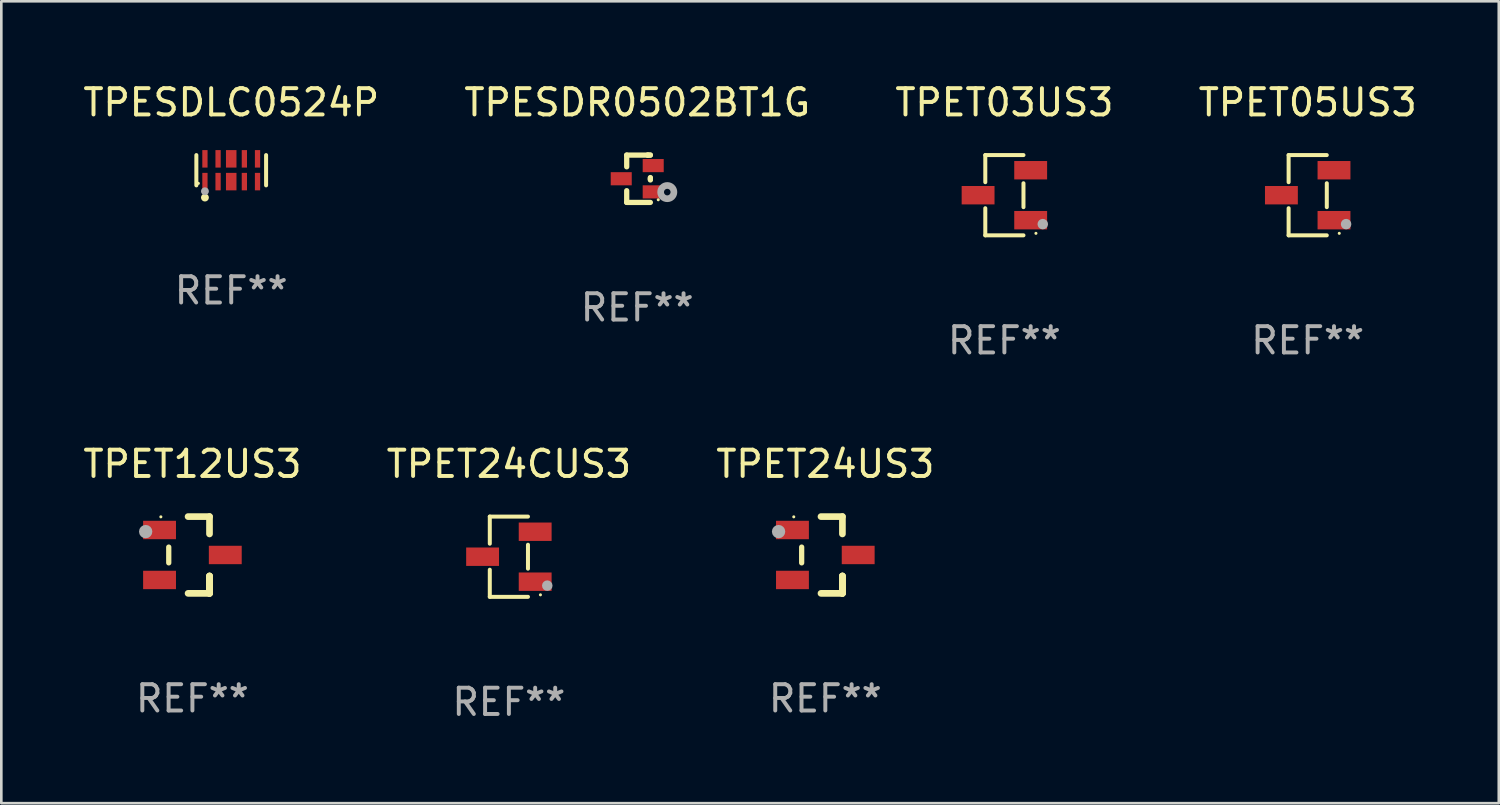
<source format=kicad_pcb>
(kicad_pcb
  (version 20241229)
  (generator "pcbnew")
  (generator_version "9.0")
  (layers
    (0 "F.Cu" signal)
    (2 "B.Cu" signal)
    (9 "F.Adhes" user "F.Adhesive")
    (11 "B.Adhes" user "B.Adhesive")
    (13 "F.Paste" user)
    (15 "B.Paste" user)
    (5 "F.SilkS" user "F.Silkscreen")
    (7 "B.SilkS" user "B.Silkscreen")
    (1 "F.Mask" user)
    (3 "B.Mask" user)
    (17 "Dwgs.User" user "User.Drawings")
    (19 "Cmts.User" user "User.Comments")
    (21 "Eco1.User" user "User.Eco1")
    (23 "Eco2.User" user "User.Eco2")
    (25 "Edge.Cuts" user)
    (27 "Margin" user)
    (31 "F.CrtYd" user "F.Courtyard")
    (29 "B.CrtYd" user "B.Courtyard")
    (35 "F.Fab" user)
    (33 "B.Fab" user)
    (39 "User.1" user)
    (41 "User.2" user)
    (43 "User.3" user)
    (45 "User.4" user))
  (footprint "TPET03US3"
    (layer "F.Cu")
    (at 35.149 4.374)
    (property "Reference" "TPET03US3" (at 0 -3.526 0) (layer "F.SilkS") (effects (font (size 1 1) (thickness 0.15))))
    (attr through_hole)
    (fp_line (start -0.726 -1.526) (end -0.726 -0.495) (stroke (width 0.152) (type solid)) (layer "F.SilkS"))
    (fp_line (start -0.726 1.526) (end -0.726 0.495) (stroke (width 0.152) (type solid)) (layer "F.SilkS"))
    (fp_line (start 0.726 -1.526) (end -0.726 -1.526) (stroke (width 0.152) (type solid)) (layer "F.SilkS"))
    (fp_line (start 0.726 -0.455) (end 0.726 0.455) (stroke (width 0.152) (type solid)) (layer "F.SilkS"))
    (fp_line (start 0.726 1.526) (end -0.726 1.526) (stroke (width 0.152) (type solid)) (layer "F.SilkS"))
    (fp_circle (center 1.2 1.45) (end 1.23 1.45) (stroke (width 0.06) (type solid)) (fill no) (layer "F.SilkS"))
    (fp_circle (center 1.46 1.1) (end 1.56 1.1) (stroke (width 0.2) (type solid)) (fill no) (layer "F.Fab"))
    (fp_text user "REF**" (at 0 5.526 0) (layer "F.Fab") (effects (font (size 1 1) (thickness 0.15))))
    (pad "1" smd rect (at 1 0.95) (size 1.25 0.7) (layers "F.Cu" "F.Mask" "F.Paste"))
    (pad "2" smd rect (at 1 -0.95) (size 1.25 0.7) (layers "F.Cu" "F.Mask" "F.Paste"))
    (pad "3" smd rect (at -1 0) (size 1.25 0.7) (layers "F.Cu" "F.Mask" "F.Paste")))
  (footprint "TPET12US3"
    (layer "F.Cu")
    (at 4.268 18.057)
    (property "Reference" "TPET12US3" (at 0 -3.46 0) (layer "F.SilkS") (effects (font (size 1 1) (thickness 0.15))))
    (attr through_hole)
    (fp_line (start -0.9 -0.3) (end -0.9 0.3) (stroke (width 0.2) (type solid)) (layer "F.SilkS"))
    (fp_line (start -0.165 -1.46) (end 0.65 -1.46) (stroke (width 0.254) (type solid)) (layer "F.SilkS"))
    (fp_line (start 0.65 -1.46) (end 0.65 -0.8) (stroke (width 0.254) (type solid)) (layer "F.SilkS"))
    (fp_line (start 0.65 0.8) (end 0.65 1.46) (stroke (width 0.254) (type solid)) (layer "F.SilkS"))
    (fp_line (start 0.65 0.8) (end 0.65 1.46) (stroke (width 0.254) (type solid)) (layer "F.SilkS"))
    (fp_line (start 0.65 1.46) (end -0.165 1.46) (stroke (width 0.254) (type solid)) (layer "F.SilkS"))
    (fp_line (start 0.65 1.46) (end 0.65 0.8) (stroke (width 0.254) (type solid)) (layer "F.SilkS"))
    (fp_circle (center -1.2 -1.45) (end -1.17 -1.45) (stroke (width 0.06) (type solid)) (fill no) (layer "F.SilkS"))
    (fp_circle (center -1.778 -0.889) (end -1.651 -0.889) (stroke (width 0.254) (type solid)) (fill no) (layer "F.Fab"))
    (fp_text user "REF**" (at 0 5.46 0) (layer "F.Fab") (effects (font (size 1 1) (thickness 0.15))))
    (pad "1" smd rect (at -1.25 -0.95 90) (size 0.7 1.25) (layers "F.Cu" "F.Mask" "F.Paste"))
    (pad "2" smd rect (at -1.25 0.95 90) (size 0.7 1.25) (layers "F.Cu" "F.Mask" "F.Paste"))
    (pad "3" smd rect (at 1.25 -0.000051 90) (size 0.7 1.25) (layers "F.Cu" "F.Mask" "F.Paste")))
  (footprint "TPET24CUS3"
    (layer "F.Cu")
    (at 16.304 18.123)
    (property "Reference" "TPET24CUS3" (at 0 -3.526 0) (layer "F.SilkS") (effects (font (size 1 1) (thickness 0.15))))
    (attr through_hole)
    (fp_line (start -0.726 -1.526) (end -0.726 -0.495) (stroke (width 0.152) (type solid)) (layer "F.SilkS"))
    (fp_line (start -0.726 1.526) (end -0.726 0.495) (stroke (width 0.152) (type solid)) (layer "F.SilkS"))
    (fp_line (start 0.726 -1.526) (end -0.726 -1.526) (stroke (width 0.152) (type solid)) (layer "F.SilkS"))
    (fp_line (start 0.726 -0.455) (end 0.726 0.455) (stroke (width 0.152) (type solid)) (layer "F.SilkS"))
    (fp_line (start 0.726 1.526) (end -0.726 1.526) (stroke (width 0.152) (type solid)) (layer "F.SilkS"))
    (fp_circle (center 1.2 1.45) (end 1.23 1.45) (stroke (width 0.06) (type solid)) (fill no) (layer "F.SilkS"))
    (fp_circle (center 1.46 1.1) (end 1.56 1.1) (stroke (width 0.2) (type solid)) (fill no) (layer "F.Fab"))
    (fp_text user "REF**" (at 0 5.526 0) (layer "F.Fab") (effects (font (size 1 1) (thickness 0.15))))
    (pad "1" smd rect (at 1 0.95) (size 1.25 0.7) (layers "F.Cu" "F.Mask" "F.Paste"))
    (pad "2" smd rect (at 1 -0.95) (size 1.25 0.7) (layers "F.Cu" "F.Mask" "F.Paste"))
    (pad "3" smd rect (at -1 0) (size 1.25 0.7) (layers "F.Cu" "F.Mask" "F.Paste")))
  (footprint "TPET05US3"
    (layer "F.Cu")
    (at 46.685 4.374)
    (property "Reference" "TPET05US3" (at 0 -3.526 0) (layer "F.SilkS") (effects (font (size 1 1) (thickness 0.15))))
    (attr through_hole)
    (fp_line (start -0.726 -1.526) (end -0.726 -0.495) (stroke (width 0.152) (type solid)) (layer "F.SilkS"))
    (fp_line (start -0.726 1.526) (end -0.726 0.495) (stroke (width 0.152) (type solid)) (layer "F.SilkS"))
    (fp_line (start 0.726 -1.526) (end -0.726 -1.526) (stroke (width 0.152) (type solid)) (layer "F.SilkS"))
    (fp_line (start 0.726 -0.455) (end 0.726 0.455) (stroke (width 0.152) (type solid)) (layer "F.SilkS"))
    (fp_line (start 0.726 1.526) (end -0.726 1.526) (stroke (width 0.152) (type solid)) (layer "F.SilkS"))
    (fp_circle (center 1.2 1.45) (end 1.23 1.45) (stroke (width 0.06) (type solid)) (fill no) (layer "F.SilkS"))
    (fp_circle (center 1.46 1.1) (end 1.56 1.1) (stroke (width 0.2) (type solid)) (fill no) (layer "F.Fab"))
    (fp_text user "REF**" (at 0 5.526 0) (layer "F.Fab") (effects (font (size 1 1) (thickness 0.15))))
    (pad "1" smd rect (at 1 0.95) (size 1.25 0.7) (layers "F.Cu" "F.Mask" "F.Paste"))
    (pad "2" smd rect (at 1 -0.95) (size 1.25 0.7) (layers "F.Cu" "F.Mask" "F.Paste"))
    (pad "3" smd rect (at -1 0) (size 1.25 0.7) (layers "F.Cu" "F.Mask" "F.Paste")))
  (footprint "TPESDR0502BT1G"
    (layer "F.Cu")
    (at 21.185 3.748)
    (property "Reference" "TPESDR0502BT1G" (at 0 -2.9 0) (layer "F.SilkS") (effects (font (size 1 1) (thickness 0.15))))
    (attr through_hole)
    (fp_line (start -0.4 -0.9) (end 0.4 -0.9) (stroke (width 0.2) (type solid)) (layer "F.SilkS"))
    (fp_line (start -0.4 -0.454) (end -0.4 -0.9) (stroke (width 0.2) (type solid)) (layer "F.SilkS"))
    (fp_line (start -0.4 0.9) (end -0.4 0.454) (stroke (width 0.2) (type solid)) (layer "F.SilkS"))
    (fp_line (start 0.4 -0.9) (end 0.5 -0.9) (stroke (width 0.2) (type solid)) (layer "F.SilkS"))
    (fp_line (start 0.5 -0.9) (end 0.4 -0.9) (stroke (width 0.2) (type solid)) (layer "F.SilkS"))
    (fp_line (start 0.5 -0.046) (end 0.5 0.046) (stroke (width 0.2) (type solid)) (layer "F.SilkS"))
    (fp_line (start 0.5 -0.019) (end 0.5 0.019) (stroke (width 0.2) (type solid)) (layer "F.SilkS"))
    (fp_line (start 0.5 0.9) (end -0.4 0.9) (stroke (width 0.2) (type solid)) (layer "F.SilkS"))
    (fp_circle (center 0.8 0.8) (end 0.83 0.8) (stroke (width 0.06) (type solid)) (fill no) (layer "F.SilkS"))
    (fp_circle (center 1.143 0.508) (end 1.268 0.508) (stroke (width 0.254) (type solid)) (fill no) (layer "F.Fab"))
    (fp_text user "REF**" (at 0 4.9 0) (layer "F.Fab") (effects (font (size 1 1) (thickness 0.15))))
    (pad "1" smd rect (at 0.608 0.5) (size 0.8 0.5) (layers "F.Cu" "F.Mask" "F.Paste"))
    (pad "2" smd rect (at 0.608 -0.5) (size 0.8 0.5) (layers "F.Cu" "F.Mask" "F.Paste"))
    (pad "3" smd rect (at -0.608 0.000127) (size 0.8 0.5) (layers "F.Cu" "F.Mask" "F.Paste")))
  (footprint "TPET24US3"
    (layer "F.Cu")
    (at 28.339 18.057)
    (property "Reference" "TPET24US3" (at 0 -3.46 0) (layer "F.SilkS") (effects (font (size 1 1) (thickness 0.15))))
    (attr through_hole)
    (fp_line (start -0.9 -0.3) (end -0.9 0.3) (stroke (width 0.2) (type solid)) (layer "F.SilkS"))
    (fp_line (start -0.165 -1.46) (end 0.65 -1.46) (stroke (width 0.254) (type solid)) (layer "F.SilkS"))
    (fp_line (start 0.65 -1.46) (end 0.65 -0.8) (stroke (width 0.254) (type solid)) (layer "F.SilkS"))
    (fp_line (start 0.65 0.8) (end 0.65 1.46) (stroke (width 0.254) (type solid)) (layer "F.SilkS"))
    (fp_line (start 0.65 0.8) (end 0.65 1.46) (stroke (width 0.254) (type solid)) (layer "F.SilkS"))
    (fp_line (start 0.65 1.46) (end -0.165 1.46) (stroke (width 0.254) (type solid)) (layer "F.SilkS"))
    (fp_line (start 0.65 1.46) (end 0.65 0.8) (stroke (width 0.254) (type solid)) (layer "F.SilkS"))
    (fp_circle (center -1.2 -1.45) (end -1.17 -1.45) (stroke (width 0.06) (type solid)) (fill no) (layer "F.SilkS"))
    (fp_circle (center -1.778 -0.889) (end -1.651 -0.889) (stroke (width 0.254) (type solid)) (fill no) (layer "F.Fab"))
    (fp_text user "REF**" (at 0 5.46 0) (layer "F.Fab") (effects (font (size 1 1) (thickness 0.15))))
    (pad "1" smd rect (at -1.25 -0.95 90) (size 0.7 1.25) (layers "F.Cu" "F.Mask" "F.Paste"))
    (pad "2" smd rect (at -1.25 0.95 90) (size 0.7 1.25) (layers "F.Cu" "F.Mask" "F.Paste"))
    (pad "3" smd rect (at 1.25 -0.000051 90) (size 0.7 1.25) (layers "F.Cu" "F.Mask" "F.Paste")))
  (footprint "TPESDLC0524P"
    (layer "F.Cu")
    (at 5.744 3.424)
    (property "Reference" "TPESDLC0524P" (at 0 -2.576 0) (layer "F.SilkS") (effects (font (size 1 1) (thickness 0.15))))
    (attr through_hole)
    (fp_line (start -1.326 0.576) (end -1.326 -0.576) (stroke (width 0.152) (type solid)) (layer "F.SilkS"))
    (fp_line (start 1.326 0.576) (end 1.326 -0.576) (stroke (width 0.152) (type solid)) (layer "F.SilkS"))
    (fp_circle (center -1.25 0.5) (end -1.22 0.5) (stroke (width 0.06) (type solid)) (fill no) (layer "F.SilkS"))
    (fp_circle (center -1 1.04) (end -0.925 1.04) (stroke (width 0.15) (type solid)) (fill no) (layer "F.SilkS"))
    (fp_circle (center -1 0.8) (end -0.925 0.8) (stroke (width 0.15) (type solid)) (fill no) (layer "F.Fab"))
    (fp_text user "REF**" (at 0 4.576 0) (layer "F.Fab") (effects (font (size 1 1) (thickness 0.15))))
    (pad "1" smd rect (at -1 0.433) (size 0.2 0.665) (layers "F.Cu" "F.Mask" "F.Paste"))
    (pad "2" smd rect (at -0.5 0.433) (size 0.2 0.665) (layers "F.Cu" "F.Mask" "F.Paste"))
    (pad "3" smd rect (at 0 0.433) (size 0.4 0.665) (layers "F.Cu" "F.Mask" "F.Paste"))
    (pad "4" smd rect (at 0.5 0.433) (size 0.2 0.665) (layers "F.Cu" "F.Mask" "F.Paste"))
    (pad "5" smd rect (at 1 0.433) (size 0.2 0.665) (layers "F.Cu" "F.Mask" "F.Paste"))
    (pad "6" smd rect (at 1 -0.433) (size 0.2 0.665) (layers "F.Cu" "F.Mask" "F.Paste"))
    (pad "7" smd rect (at 0.5 -0.433) (size 0.2 0.665) (layers "F.Cu" "F.Mask" "F.Paste"))
    (pad "8" smd rect (at 0 -0.433) (size 0.4 0.665) (layers "F.Cu" "F.Mask" "F.Paste"))
    (pad "9" smd rect (at -0.5 -0.433) (size 0.2 0.665) (layers "F.Cu" "F.Mask" "F.Paste"))
    (pad "10" smd rect (at -1 -0.433) (size 0.2 0.665) (layers "F.Cu" "F.Mask" "F.Paste")))
  (gr_rect
    (start -3 -3)
    (end 53.952 27.498)
    (stroke (width 0.1) (type default))
    (fill no)
    (layer "Edge.Cuts")))
</source>
